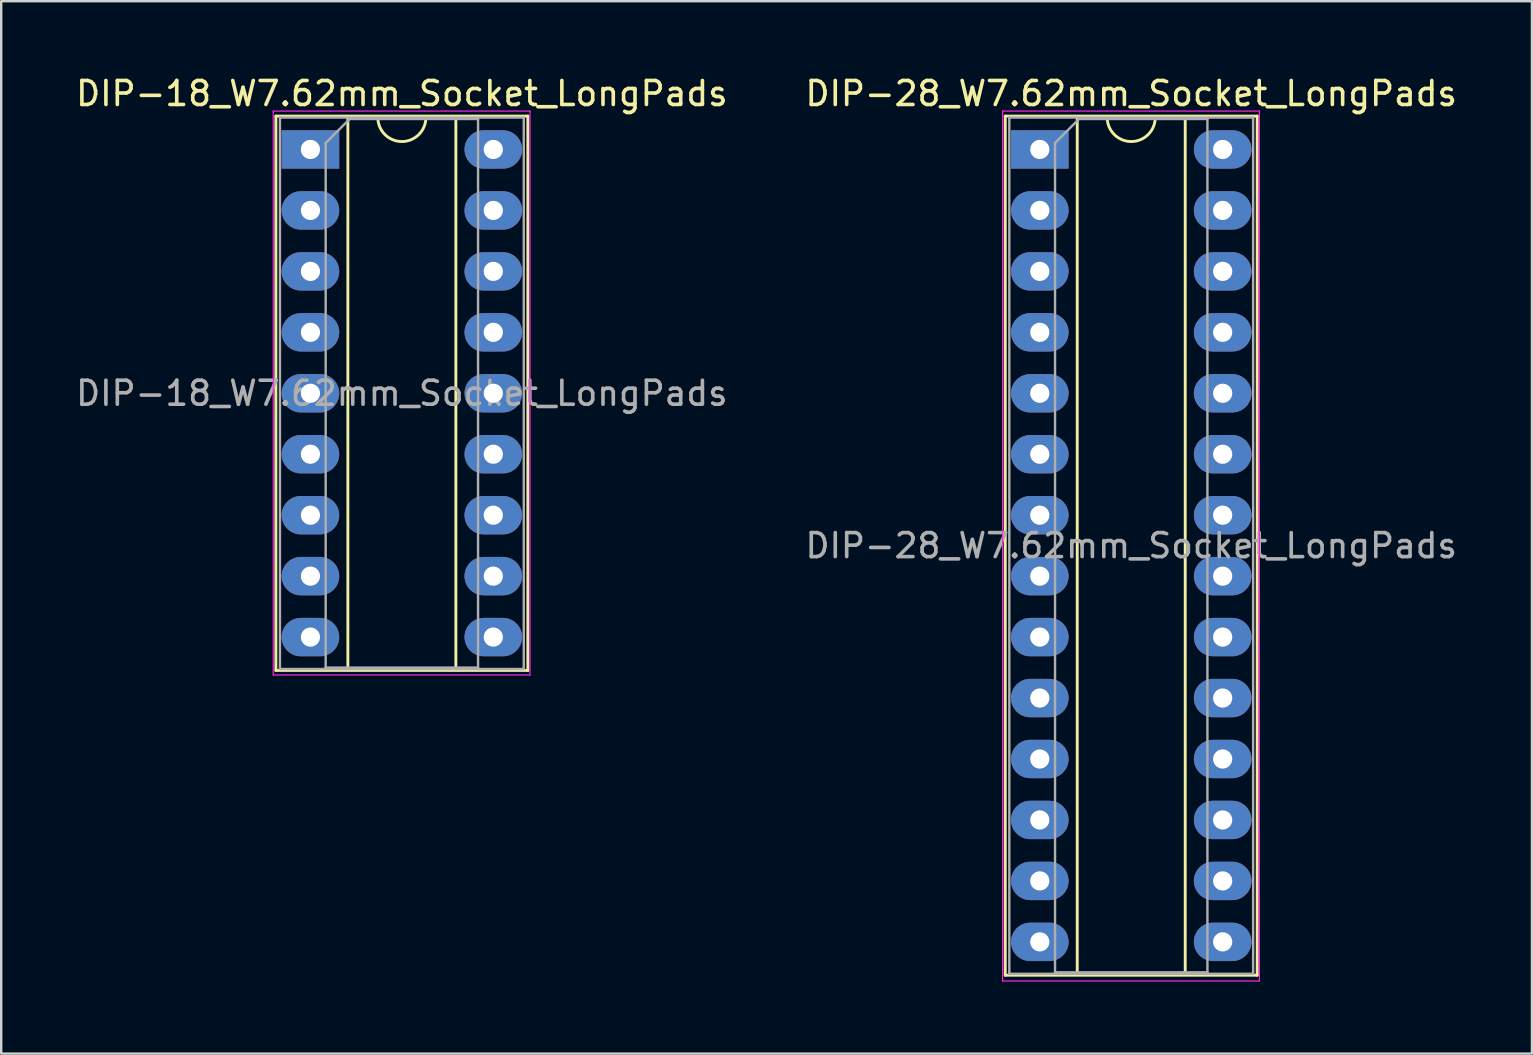
<source format=kicad_pcb>
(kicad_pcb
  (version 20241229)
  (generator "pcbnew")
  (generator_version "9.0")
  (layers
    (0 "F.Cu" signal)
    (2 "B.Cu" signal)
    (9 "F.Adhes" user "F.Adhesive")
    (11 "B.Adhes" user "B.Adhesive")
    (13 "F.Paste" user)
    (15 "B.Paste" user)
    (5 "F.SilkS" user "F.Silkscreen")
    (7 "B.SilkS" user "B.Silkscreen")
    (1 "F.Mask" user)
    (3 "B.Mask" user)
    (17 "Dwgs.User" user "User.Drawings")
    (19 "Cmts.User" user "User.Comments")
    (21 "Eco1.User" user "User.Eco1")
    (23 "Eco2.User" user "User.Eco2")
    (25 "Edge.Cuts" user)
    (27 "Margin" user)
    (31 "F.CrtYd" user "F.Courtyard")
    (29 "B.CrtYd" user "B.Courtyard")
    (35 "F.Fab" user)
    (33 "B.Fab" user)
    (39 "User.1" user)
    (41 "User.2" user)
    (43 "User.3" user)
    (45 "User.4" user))
  (footprint "DIP-18_W7.62mm_Socket_LongPads"
    (layer "F.Cu")
    (at 9.886 3.178)
    (property "Reference" "DIP-18_W7.62mm_Socket_LongPads" (at 3.81 -2.33 0) (layer "F.SilkS") (effects (font (size 1 1) (thickness 0.15))))
    (attr through_hole)
    (fp_line (start -1.44 -1.39) (end -1.44 21.71) (stroke (width 0.12) (type solid)) (layer "F.SilkS"))
    (fp_line (start -1.44 21.71) (end 9.06 21.71) (stroke (width 0.12) (type solid)) (layer "F.SilkS"))
    (fp_line (start 1.56 -1.33) (end 1.56 21.65) (stroke (width 0.12) (type solid)) (layer "F.SilkS"))
    (fp_line (start 1.56 21.65) (end 6.06 21.65) (stroke (width 0.12) (type solid)) (layer "F.SilkS"))
    (fp_line (start 2.81 -1.33) (end 1.56 -1.33) (stroke (width 0.12) (type solid)) (layer "F.SilkS"))
    (fp_line (start 6.06 -1.33) (end 4.81 -1.33) (stroke (width 0.12) (type solid)) (layer "F.SilkS"))
    (fp_line (start 6.06 21.65) (end 6.06 -1.33) (stroke (width 0.12) (type solid)) (layer "F.SilkS"))
    (fp_line (start 9.06 -1.39) (end -1.44 -1.39) (stroke (width 0.12) (type solid)) (layer "F.SilkS"))
    (fp_line (start 9.06 21.71) (end 9.06 -1.39) (stroke (width 0.12) (type solid)) (layer "F.SilkS"))
    (fp_arc (start 4.81 -1.33) (mid 3.81 -0.33) (end 2.81 -1.33) (stroke (width 0.12) (type solid)) (layer "F.SilkS"))
    (fp_line (start -1.55 -1.6) (end -1.55 21.9) (stroke (width 0.05) (type solid)) (layer "F.CrtYd"))
    (fp_line (start -1.55 21.9) (end 9.15 21.9) (stroke (width 0.05) (type solid)) (layer "F.CrtYd"))
    (fp_line (start 9.15 -1.6) (end -1.55 -1.6) (stroke (width 0.05) (type solid)) (layer "F.CrtYd"))
    (fp_line (start 9.15 21.9) (end 9.15 -1.6) (stroke (width 0.05) (type solid)) (layer "F.CrtYd"))
    (fp_line (start -1.27 -1.33) (end -1.27 21.65) (stroke (width 0.1) (type solid)) (layer "F.Fab"))
    (fp_line (start -1.27 21.65) (end 8.89 21.65) (stroke (width 0.1) (type solid)) (layer "F.Fab"))
    (fp_line (start 0.635 -0.27) (end 1.635 -1.27) (stroke (width 0.1) (type solid)) (layer "F.Fab"))
    (fp_line (start 0.635 21.59) (end 0.635 -0.27) (stroke (width 0.1) (type solid)) (layer "F.Fab"))
    (fp_line (start 1.635 -1.27) (end 6.985 -1.27) (stroke (width 0.1) (type solid)) (layer "F.Fab"))
    (fp_line (start 6.985 -1.27) (end 6.985 21.59) (stroke (width 0.1) (type solid)) (layer "F.Fab"))
    (fp_line (start 6.985 21.59) (end 0.635 21.59) (stroke (width 0.1) (type solid)) (layer "F.Fab"))
    (fp_line (start 8.89 -1.33) (end -1.27 -1.33) (stroke (width 0.1) (type solid)) (layer "F.Fab"))
    (fp_line (start 8.89 21.65) (end 8.89 -1.33) (stroke (width 0.1) (type solid)) (layer "F.Fab"))
    (fp_text user "${REFERENCE}" (at 3.81 10.16 0) (layer "F.Fab") (effects (font (size 1 1) (thickness 0.15))))
    (pad "1" thru_hole rect (at 0 0) (size 2.4 1.6) (drill 0.8) (layers "*.Cu" "*.Mask"))
    (pad "2" thru_hole oval (at 0 2.54) (size 2.4 1.6) (drill 0.8) (layers "*.Cu" "*.Mask"))
    (pad "3" thru_hole oval (at 0 5.08) (size 2.4 1.6) (drill 0.8) (layers "*.Cu" "*.Mask"))
    (pad "4" thru_hole oval (at 0 7.62) (size 2.4 1.6) (drill 0.8) (layers "*.Cu" "*.Mask"))
    (pad "5" thru_hole oval (at 0 10.16) (size 2.4 1.6) (drill 0.8) (layers "*.Cu" "*.Mask"))
    (pad "6" thru_hole oval (at 0 12.7) (size 2.4 1.6) (drill 0.8) (layers "*.Cu" "*.Mask"))
    (pad "7" thru_hole oval (at 0 15.24) (size 2.4 1.6) (drill 0.8) (layers "*.Cu" "*.Mask"))
    (pad "8" thru_hole oval (at 0 17.78) (size 2.4 1.6) (drill 0.8) (layers "*.Cu" "*.Mask"))
    (pad "9" thru_hole oval (at 0 20.32) (size 2.4 1.6) (drill 0.8) (layers "*.Cu" "*.Mask"))
    (pad "10" thru_hole oval (at 7.62 20.32) (size 2.4 1.6) (drill 0.8) (layers "*.Cu" "*.Mask"))
    (pad "11" thru_hole oval (at 7.62 17.78) (size 2.4 1.6) (drill 0.8) (layers "*.Cu" "*.Mask"))
    (pad "12" thru_hole oval (at 7.62 15.24) (size 2.4 1.6) (drill 0.8) (layers "*.Cu" "*.Mask"))
    (pad "13" thru_hole oval (at 7.62 12.7) (size 2.4 1.6) (drill 0.8) (layers "*.Cu" "*.Mask"))
    (pad "14" thru_hole oval (at 7.62 10.16) (size 2.4 1.6) (drill 0.8) (layers "*.Cu" "*.Mask"))
    (pad "15" thru_hole oval (at 7.62 7.62) (size 2.4 1.6) (drill 0.8) (layers "*.Cu" "*.Mask"))
    (pad "16" thru_hole oval (at 7.62 5.08) (size 2.4 1.6) (drill 0.8) (layers "*.Cu" "*.Mask"))
    (pad "17" thru_hole oval (at 7.62 2.54) (size 2.4 1.6) (drill 0.8) (layers "*.Cu" "*.Mask"))
    (pad "18" thru_hole oval (at 7.62 0) (size 2.4 1.6) (drill 0.8) (layers "*.Cu" "*.Mask")))
  (footprint "DIP-28_W7.62mm_Socket_LongPads"
    (layer "F.Cu")
    (at 40.279 3.178)
    (property "Reference" "DIP-28_W7.62mm_Socket_LongPads" (at 3.81 -2.33 180) (layer "F.SilkS") (effects (font (size 1 1) (thickness 0.15))))
    (attr through_hole)
    (fp_line (start -1.44 -1.39) (end -1.44 34.41) (stroke (width 0.12) (type solid)) (layer "F.SilkS"))
    (fp_line (start -1.44 34.41) (end 9.06 34.41) (stroke (width 0.12) (type solid)) (layer "F.SilkS"))
    (fp_line (start 1.56 -1.33) (end 1.56 34.35) (stroke (width 0.12) (type solid)) (layer "F.SilkS"))
    (fp_line (start 1.56 34.35) (end 6.06 34.35) (stroke (width 0.12) (type solid)) (layer "F.SilkS"))
    (fp_line (start 2.81 -1.33) (end 1.56 -1.33) (stroke (width 0.12) (type solid)) (layer "F.SilkS"))
    (fp_line (start 6.06 -1.33) (end 4.81 -1.33) (stroke (width 0.12) (type solid)) (layer "F.SilkS"))
    (fp_line (start 6.06 34.35) (end 6.06 -1.33) (stroke (width 0.12) (type solid)) (layer "F.SilkS"))
    (fp_line (start 9.06 -1.39) (end -1.44 -1.39) (stroke (width 0.12) (type solid)) (layer "F.SilkS"))
    (fp_line (start 9.06 34.41) (end 9.06 -1.39) (stroke (width 0.12) (type solid)) (layer "F.SilkS"))
    (fp_arc (start 4.81 -1.33) (mid 3.81 -0.33) (end 2.81 -1.33) (stroke (width 0.12) (type solid)) (layer "F.SilkS"))
    (fp_line (start -1.55 -1.6) (end -1.55 34.65) (stroke (width 0.05) (type solid)) (layer "F.CrtYd"))
    (fp_line (start -1.55 34.65) (end 9.15 34.65) (stroke (width 0.05) (type solid)) (layer "F.CrtYd"))
    (fp_line (start 9.15 -1.6) (end -1.55 -1.6) (stroke (width 0.05) (type solid)) (layer "F.CrtYd"))
    (fp_line (start 9.15 34.65) (end 9.15 -1.6) (stroke (width 0.05) (type solid)) (layer "F.CrtYd"))
    (fp_line (start -1.27 -1.33) (end -1.27 34.35) (stroke (width 0.1) (type solid)) (layer "F.Fab"))
    (fp_line (start -1.27 34.35) (end 8.89 34.35) (stroke (width 0.1) (type solid)) (layer "F.Fab"))
    (fp_line (start 0.635 -0.27) (end 1.635 -1.27) (stroke (width 0.1) (type solid)) (layer "F.Fab"))
    (fp_line (start 0.635 34.29) (end 0.635 -0.27) (stroke (width 0.1) (type solid)) (layer "F.Fab"))
    (fp_line (start 1.635 -1.27) (end 6.985 -1.27) (stroke (width 0.1) (type solid)) (layer "F.Fab"))
    (fp_line (start 6.985 -1.27) (end 6.985 34.29) (stroke (width 0.1) (type solid)) (layer "F.Fab"))
    (fp_line (start 6.985 34.29) (end 0.635 34.29) (stroke (width 0.1) (type solid)) (layer "F.Fab"))
    (fp_line (start 8.89 -1.33) (end -1.27 -1.33) (stroke (width 0.1) (type solid)) (layer "F.Fab"))
    (fp_line (start 8.89 34.35) (end 8.89 -1.33) (stroke (width 0.1) (type solid)) (layer "F.Fab"))
    (fp_text user "${REFERENCE}" (at 3.81 16.51 180) (layer "F.Fab") (effects (font (size 1 1) (thickness 0.15))))
    (pad "1" thru_hole rect (at 0 0) (size 2.4 1.6) (drill 0.8) (layers "*.Cu" "*.Mask"))
    (pad "2" thru_hole oval (at 0 2.54) (size 2.4 1.6) (drill 0.8) (layers "*.Cu" "*.Mask"))
    (pad "3" thru_hole oval (at 0 5.08) (size 2.4 1.6) (drill 0.8) (layers "*.Cu" "*.Mask"))
    (pad "4" thru_hole oval (at 0 7.62) (size 2.4 1.6) (drill 0.8) (layers "*.Cu" "*.Mask"))
    (pad "5" thru_hole oval (at 0 10.16) (size 2.4 1.6) (drill 0.8) (layers "*.Cu" "*.Mask"))
    (pad "6" thru_hole oval (at 0 12.7) (size 2.4 1.6) (drill 0.8) (layers "*.Cu" "*.Mask"))
    (pad "7" thru_hole oval (at 0 15.24) (size 2.4 1.6) (drill 0.8) (layers "*.Cu" "*.Mask"))
    (pad "8" thru_hole oval (at 0 17.78) (size 2.4 1.6) (drill 0.8) (layers "*.Cu" "*.Mask"))
    (pad "9" thru_hole oval (at 0 20.32) (size 2.4 1.6) (drill 0.8) (layers "*.Cu" "*.Mask"))
    (pad "10" thru_hole oval (at 0 22.86) (size 2.4 1.6) (drill 0.8) (layers "*.Cu" "*.Mask"))
    (pad "11" thru_hole oval (at 0 25.4) (size 2.4 1.6) (drill 0.8) (layers "*.Cu" "*.Mask"))
    (pad "12" thru_hole oval (at 0 27.94) (size 2.4 1.6) (drill 0.8) (layers "*.Cu" "*.Mask"))
    (pad "13" thru_hole oval (at 0 30.48) (size 2.4 1.6) (drill 0.8) (layers "*.Cu" "*.Mask"))
    (pad "14" thru_hole oval (at 0 33.02) (size 2.4 1.6) (drill 0.8) (layers "*.Cu" "*.Mask"))
    (pad "15" thru_hole oval (at 7.62 33.02) (size 2.4 1.6) (drill 0.8) (layers "*.Cu" "*.Mask"))
    (pad "16" thru_hole oval (at 7.62 30.48) (size 2.4 1.6) (drill 0.8) (layers "*.Cu" "*.Mask"))
    (pad "17" thru_hole oval (at 7.62 27.94) (size 2.4 1.6) (drill 0.8) (layers "*.Cu" "*.Mask"))
    (pad "18" thru_hole oval (at 7.62 25.4) (size 2.4 1.6) (drill 0.8) (layers "*.Cu" "*.Mask"))
    (pad "19" thru_hole oval (at 7.62 22.86) (size 2.4 1.6) (drill 0.8) (layers "*.Cu" "*.Mask"))
    (pad "20" thru_hole oval (at 7.62 20.32) (size 2.4 1.6) (drill 0.8) (layers "*.Cu" "*.Mask"))
    (pad "21" thru_hole oval (at 7.62 17.78) (size 2.4 1.6) (drill 0.8) (layers "*.Cu" "*.Mask"))
    (pad "22" thru_hole oval (at 7.62 15.24) (size 2.4 1.6) (drill 0.8) (layers "*.Cu" "*.Mask"))
    (pad "23" thru_hole oval (at 7.62 12.7) (size 2.4 1.6) (drill 0.8) (layers "*.Cu" "*.Mask"))
    (pad "24" thru_hole oval (at 7.62 10.16) (size 2.4 1.6) (drill 0.8) (layers "*.Cu" "*.Mask"))
    (pad "25" thru_hole oval (at 7.62 7.62) (size 2.4 1.6) (drill 0.8) (layers "*.Cu" "*.Mask"))
    (pad "26" thru_hole oval (at 7.62 5.08) (size 2.4 1.6) (drill 0.8) (layers "*.Cu" "*.Mask"))
    (pad "27" thru_hole oval (at 7.62 2.54) (size 2.4 1.6) (drill 0.8) (layers "*.Cu" "*.Mask"))
    (pad "28" thru_hole oval (at 7.62 0) (size 2.4 1.6) (drill 0.8) (layers "*.Cu" "*.Mask")))
  (gr_rect
    (start -3 -3)
    (end 60.786 40.853)
    (stroke (width 0.1) (type default))
    (fill no)
    (layer "Edge.Cuts")))
</source>
